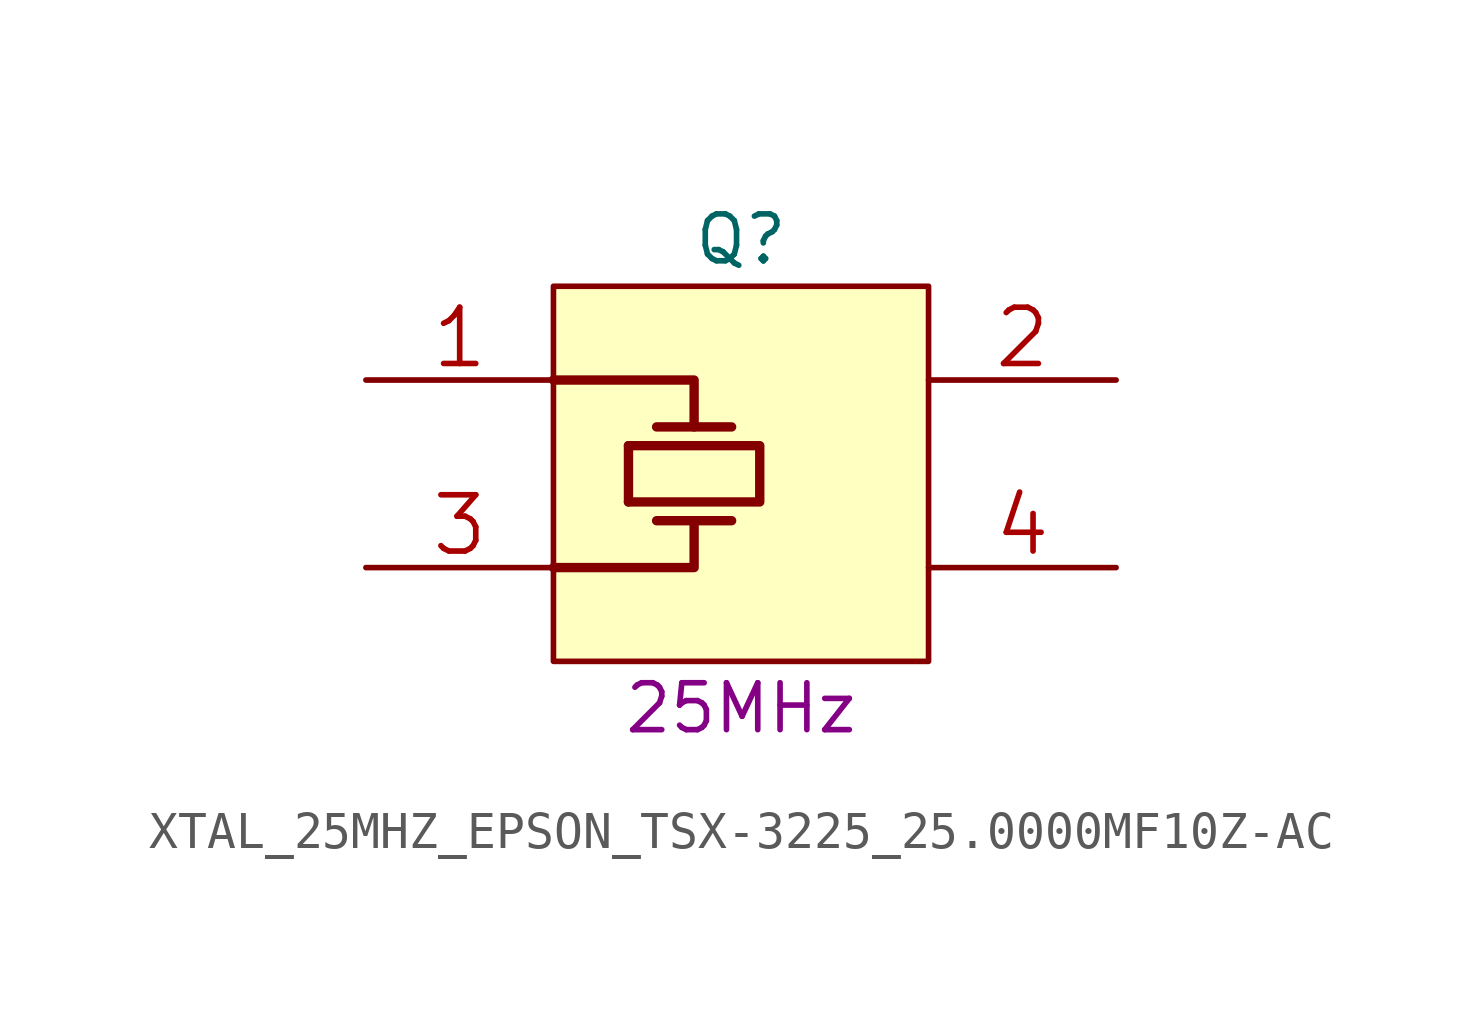
<source format=kicad_sym>
(kicad_symbol_lib
  (version 20241209)
  (generator "kicad_symbol_editor")
  (generator_version "9.0")
  (symbol "XTAL_25MHZ_EPSON_TSX-3225_25.0000MF10Z-AC"
    (pin_names
      (offset 1.27))
    (property "Reference" "Q"
      (at 5.08 1.27 0)
      (effects (font (size 1.27 1.27))))
    (property "Field5" ""
      (at 0 0 0)
      (effects (font (size 1.27 1.27))))
    (property "Val" "25MHz"
      (at 5.08 -11.43 0)
      (effects (font (size 1.27 1.27))))
    (property "ki_locked" ""
      (at 0 0 0)
      (effects (font (size 1.27 1.27))))
    (symbol "XTAL_25MHZ_EPSON_TSX-3225_25.0000MF10Z-AC_0_1"
      (polyline (pts (xy 0 -2.54) (xy 3.81 -2.54) (xy 3.81 -3.81)) (stroke (width 0.254) (type solid)) (fill (type none)))
      (rectangle (start 0 -10.16) (end 10.16 0) (stroke (width 0) (type solid)) (fill (type background)))
      (polyline (pts (xy 2.032 -4.318) (xy 5.588 -4.318) (xy 5.588 -5.842) (xy 2.032 -5.842)) (stroke (width 0.254) (type solid)) (fill (type none)))
      (polyline (pts (xy 2.032 -5.842) (xy 2.032 -4.318)) (stroke (width 0.254) (type solid)) (fill (type none)))
      (polyline (pts (xy 2.794 -3.81) (xy 4.826 -3.81)) (stroke (width 0.254) (type solid)) (fill (type none)))
      (polyline (pts (xy 2.794 -6.35) (xy 4.826 -6.35)) (stroke (width 0.254) (type solid)) (fill (type none)))
      (polyline (pts (xy 3.81 -6.35) (xy 3.81 -7.62) (xy 0 -7.62)) (stroke (width 0.254) (type solid)) (fill (type none)))
      (pin passive line (at -5.08 -2.54 0) (length 5.08) (name "X" (effects (font (size 0 0)))) (number "1" (effects (font (size 1.524 1.524)))))
      (pin passive line (at -5.08 -7.62 0) (length 5.08) (name "X" (effects (font (size 0 0)))) (number "3" (effects (font (size 1.524 1.524)))))
      (pin power_in line (at 15.24 -2.54 180) (length 5.08) (name "GND" (effects (font (size 0 0)))) (number "2" (effects (font (size 1.524 1.524)))))
      (pin power_in line (at 15.24 -7.62 180) (length 5.08) (name "GND" (effects (font (size 0 0)))) (number "4" (effects (font (size 1.524 1.524))))))))
</source>
